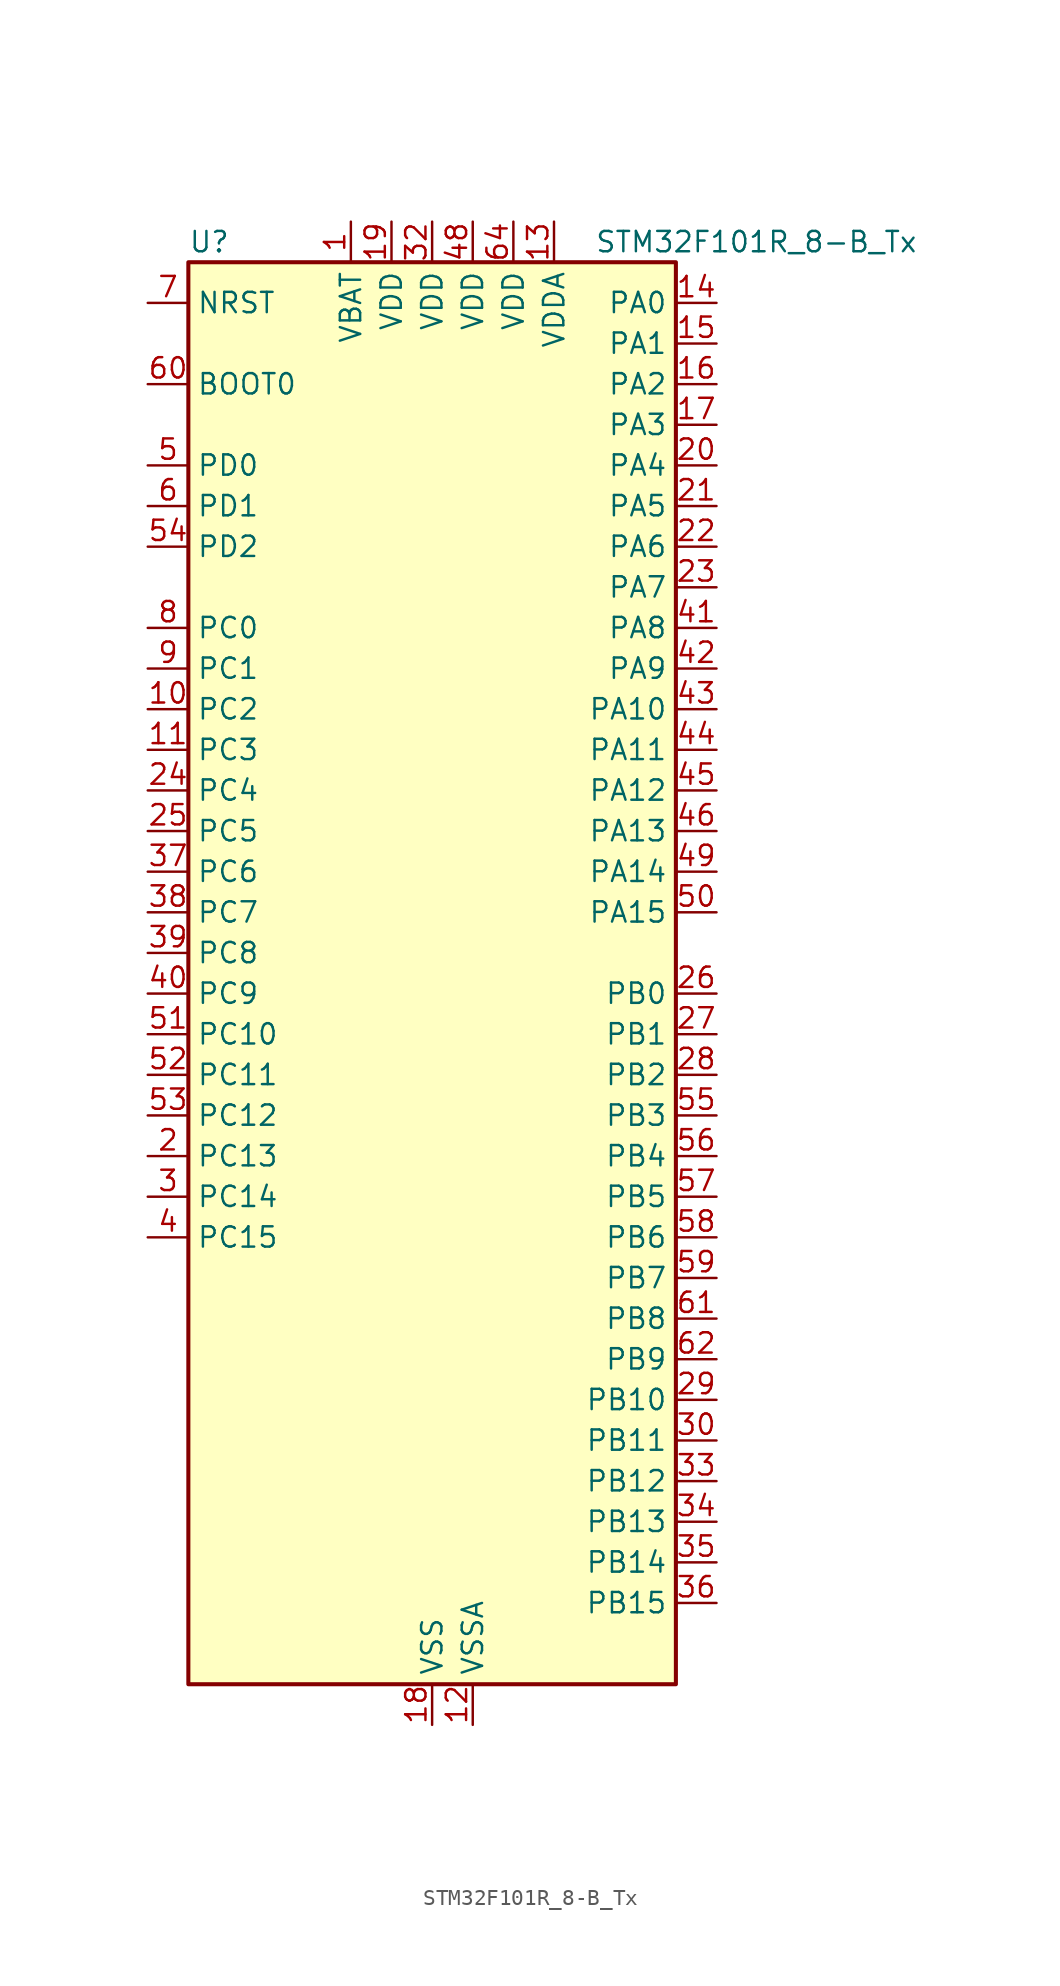
<source format=kicad_sym>
(kicad_symbol_lib
  (version 20220914)
  (generator kicad_symbol_editor)
  (symbol "STM32F101R_8-B_Tx"
    (property "Reference" "U"
      (at -15.24 46.99 0)
      (effects (font (size 1.27 1.27)) (justify left)))
    (property "Value" "STM32F101R_8-B_Tx"
      (at 10.16 46.99 0)
      (effects (font (size 1.27 1.27)) (justify left)))
    (property "ki_locked" ""
      (at 0 0 0)
      (effects (font (size 1.27 1.27))))
    (symbol "STM32F101R_8-B_Tx_0_1"
      (rectangle (start -15.24 -43.18) (end 15.24 45.72) (stroke (width 0.254) (type default)) (fill (type background))))
    (symbol "STM32F101R_8-B_Tx_1_1"
      (pin power_in line (at -5.08 48.26 270) (length 2.54) (name "VBAT" (effects (font (size 1.27 1.27)))) (number "1" (effects (font (size 1.27 1.27)))))
      (pin bidirectional line (at -17.78 17.78 0) (length 2.54) (name "PC2" (effects (font (size 1.27 1.27)))) (number "10" (effects (font (size 1.27 1.27)))) (alternate "ADC1_IN12" bidirectional line))
      (pin bidirectional line (at -17.78 15.24 0) (length 2.54) (name "PC3" (effects (font (size 1.27 1.27)))) (number "11" (effects (font (size 1.27 1.27)))) (alternate "ADC1_IN13" bidirectional line))
      (pin power_in line (at 2.54 -45.72 90) (length 2.54) (name "VSSA" (effects (font (size 1.27 1.27)))) (number "12" (effects (font (size 1.27 1.27)))))
      (pin power_in line (at 7.62 48.26 270) (length 2.54) (name "VDDA" (effects (font (size 1.27 1.27)))) (number "13" (effects (font (size 1.27 1.27)))))
      (pin bidirectional line (at 17.78 43.18 180) (length 2.54) (name "PA0" (effects (font (size 1.27 1.27)))) (number "14" (effects (font (size 1.27 1.27)))) (alternate "ADC1_IN0" bidirectional line) (alternate "SYS_WKUP" bidirectional line) (alternate "TIM2_CH1" bidirectional line) (alternate "TIM2_ETR" bidirectional line) (alternate "USART2_CTS" bidirectional line))
      (pin bidirectional line (at 17.78 40.64 180) (length 2.54) (name "PA1" (effects (font (size 1.27 1.27)))) (number "15" (effects (font (size 1.27 1.27)))) (alternate "ADC1_IN1" bidirectional line) (alternate "TIM2_CH2" bidirectional line) (alternate "USART2_RTS" bidirectional line))
      (pin bidirectional line (at 17.78 38.1 180) (length 2.54) (name "PA2" (effects (font (size 1.27 1.27)))) (number "16" (effects (font (size 1.27 1.27)))) (alternate "ADC1_IN2" bidirectional line) (alternate "TIM2_CH3" bidirectional line) (alternate "USART2_TX" bidirectional line))
      (pin bidirectional line (at 17.78 35.56 180) (length 2.54) (name "PA3" (effects (font (size 1.27 1.27)))) (number "17" (effects (font (size 1.27 1.27)))) (alternate "ADC1_IN3" bidirectional line) (alternate "TIM2_CH4" bidirectional line) (alternate "USART2_RX" bidirectional line))
      (pin power_in line (at 0 -45.72 90) (length 2.54) (name "VSS" (effects (font (size 1.27 1.27)))) (number "18" (effects (font (size 1.27 1.27)))))
      (pin power_in line (at -2.54 48.26 270) (length 2.54) (name "VDD" (effects (font (size 1.27 1.27)))) (number "19" (effects (font (size 1.27 1.27)))))
      (pin bidirectional line (at -17.78 -10.16 0) (length 2.54) (name "PC13" (effects (font (size 1.27 1.27)))) (number "2" (effects (font (size 1.27 1.27)))) (alternate "RTC_OUT" bidirectional line) (alternate "RTC_TAMPER" bidirectional line))
      (pin bidirectional line (at 17.78 33.02 180) (length 2.54) (name "PA4" (effects (font (size 1.27 1.27)))) (number "20" (effects (font (size 1.27 1.27)))) (alternate "ADC1_IN4" bidirectional line) (alternate "SPI1_NSS" bidirectional line) (alternate "USART2_CK" bidirectional line))
      (pin bidirectional line (at 17.78 30.48 180) (length 2.54) (name "PA5" (effects (font (size 1.27 1.27)))) (number "21" (effects (font (size 1.27 1.27)))) (alternate "ADC1_IN5" bidirectional line) (alternate "SPI1_SCK" bidirectional line))
      (pin bidirectional line (at 17.78 27.94 180) (length 2.54) (name "PA6" (effects (font (size 1.27 1.27)))) (number "22" (effects (font (size 1.27 1.27)))) (alternate "ADC1_IN6" bidirectional line) (alternate "SPI1_MISO" bidirectional line) (alternate "TIM3_CH1" bidirectional line))
      (pin bidirectional line (at 17.78 25.4 180) (length 2.54) (name "PA7" (effects (font (size 1.27 1.27)))) (number "23" (effects (font (size 1.27 1.27)))) (alternate "ADC1_IN7" bidirectional line) (alternate "SPI1_MOSI" bidirectional line) (alternate "TIM3_CH2" bidirectional line))
      (pin bidirectional line (at -17.78 12.7 0) (length 2.54) (name "PC4" (effects (font (size 1.27 1.27)))) (number "24" (effects (font (size 1.27 1.27)))) (alternate "ADC1_IN14" bidirectional line))
      (pin bidirectional line (at -17.78 10.16 0) (length 2.54) (name "PC5" (effects (font (size 1.27 1.27)))) (number "25" (effects (font (size 1.27 1.27)))) (alternate "ADC1_IN15" bidirectional line))
      (pin bidirectional line (at 17.78 0 180) (length 2.54) (name "PB0" (effects (font (size 1.27 1.27)))) (number "26" (effects (font (size 1.27 1.27)))) (alternate "ADC1_IN8" bidirectional line) (alternate "TIM3_CH3" bidirectional line))
      (pin bidirectional line (at 17.78 -2.54 180) (length 2.54) (name "PB1" (effects (font (size 1.27 1.27)))) (number "27" (effects (font (size 1.27 1.27)))) (alternate "ADC1_IN9" bidirectional line) (alternate "TIM3_CH4" bidirectional line))
      (pin bidirectional line (at 17.78 -5.08 180) (length 2.54) (name "PB2" (effects (font (size 1.27 1.27)))) (number "28" (effects (font (size 1.27 1.27)))))
      (pin bidirectional line (at 17.78 -25.4 180) (length 2.54) (name "PB10" (effects (font (size 1.27 1.27)))) (number "29" (effects (font (size 1.27 1.27)))) (alternate "I2C2_SCL" bidirectional line) (alternate "TIM2_CH3" bidirectional line) (alternate "USART3_TX" bidirectional line))
      (pin bidirectional line (at -17.78 -12.7 0) (length 2.54) (name "PC14" (effects (font (size 1.27 1.27)))) (number "3" (effects (font (size 1.27 1.27)))) (alternate "RCC_OSC32_IN" bidirectional line))
      (pin bidirectional line (at 17.78 -27.94 180) (length 2.54) (name "PB11" (effects (font (size 1.27 1.27)))) (number "30" (effects (font (size 1.27 1.27)))) (alternate "ADC1_EXTI11" bidirectional line) (alternate "I2C2_SDA" bidirectional line) (alternate "TIM2_CH4" bidirectional line) (alternate "USART3_RX" bidirectional line))
      (pin passive line (at 0 -45.72 90) (length 2.54) hide (name "VSS" (effects (font (size 1.27 1.27)))) (number "31" (effects (font (size 1.27 1.27)))))
      (pin power_in line (at 0 48.26 270) (length 2.54) (name "VDD" (effects (font (size 1.27 1.27)))) (number "32" (effects (font (size 1.27 1.27)))))
      (pin bidirectional line (at 17.78 -30.48 180) (length 2.54) (name "PB12" (effects (font (size 1.27 1.27)))) (number "33" (effects (font (size 1.27 1.27)))) (alternate "I2C2_SMBA" bidirectional line) (alternate "SPI2_NSS" bidirectional line) (alternate "USART3_CK" bidirectional line))
      (pin bidirectional line (at 17.78 -33.02 180) (length 2.54) (name "PB13" (effects (font (size 1.27 1.27)))) (number "34" (effects (font (size 1.27 1.27)))) (alternate "SPI2_SCK" bidirectional line) (alternate "USART3_CTS" bidirectional line))
      (pin bidirectional line (at 17.78 -35.56 180) (length 2.54) (name "PB14" (effects (font (size 1.27 1.27)))) (number "35" (effects (font (size 1.27 1.27)))) (alternate "SPI2_MISO" bidirectional line) (alternate "USART3_RTS" bidirectional line))
      (pin bidirectional line (at 17.78 -38.1 180) (length 2.54) (name "PB15" (effects (font (size 1.27 1.27)))) (number "36" (effects (font (size 1.27 1.27)))) (alternate "ADC1_EXTI15" bidirectional line) (alternate "SPI2_MOSI" bidirectional line))
      (pin bidirectional line (at -17.78 7.62 0) (length 2.54) (name "PC6" (effects (font (size 1.27 1.27)))) (number "37" (effects (font (size 1.27 1.27)))) (alternate "TIM3_CH1" bidirectional line))
      (pin bidirectional line (at -17.78 5.08 0) (length 2.54) (name "PC7" (effects (font (size 1.27 1.27)))) (number "38" (effects (font (size 1.27 1.27)))) (alternate "TIM3_CH2" bidirectional line))
      (pin bidirectional line (at -17.78 2.54 0) (length 2.54) (name "PC8" (effects (font (size 1.27 1.27)))) (number "39" (effects (font (size 1.27 1.27)))) (alternate "TIM3_CH3" bidirectional line))
      (pin bidirectional line (at -17.78 -15.24 0) (length 2.54) (name "PC15" (effects (font (size 1.27 1.27)))) (number "4" (effects (font (size 1.27 1.27)))) (alternate "ADC1_EXTI15" bidirectional line) (alternate "RCC_OSC32_OUT" bidirectional line))
      (pin bidirectional line (at -17.78 0 0) (length 2.54) (name "PC9" (effects (font (size 1.27 1.27)))) (number "40" (effects (font (size 1.27 1.27)))) (alternate "TIM3_CH4" bidirectional line))
      (pin bidirectional line (at 17.78 22.86 180) (length 2.54) (name "PA8" (effects (font (size 1.27 1.27)))) (number "41" (effects (font (size 1.27 1.27)))) (alternate "RCC_MCO" bidirectional line) (alternate "USART1_CK" bidirectional line))
      (pin bidirectional line (at 17.78 20.32 180) (length 2.54) (name "PA9" (effects (font (size 1.27 1.27)))) (number "42" (effects (font (size 1.27 1.27)))) (alternate "USART1_TX" bidirectional line))
      (pin bidirectional line (at 17.78 17.78 180) (length 2.54) (name "PA10" (effects (font (size 1.27 1.27)))) (number "43" (effects (font (size 1.27 1.27)))) (alternate "USART1_RX" bidirectional line))
      (pin bidirectional line (at 17.78 15.24 180) (length 2.54) (name "PA11" (effects (font (size 1.27 1.27)))) (number "44" (effects (font (size 1.27 1.27)))) (alternate "ADC1_EXTI11" bidirectional line) (alternate "USART1_CTS" bidirectional line))
      (pin bidirectional line (at 17.78 12.7 180) (length 2.54) (name "PA12" (effects (font (size 1.27 1.27)))) (number "45" (effects (font (size 1.27 1.27)))) (alternate "USART1_RTS" bidirectional line))
      (pin bidirectional line (at 17.78 10.16 180) (length 2.54) (name "PA13" (effects (font (size 1.27 1.27)))) (number "46" (effects (font (size 1.27 1.27)))) (alternate "SYS_JTMS-SWDIO" bidirectional line))
      (pin passive line (at 0 -45.72 90) (length 2.54) hide (name "VSS" (effects (font (size 1.27 1.27)))) (number "47" (effects (font (size 1.27 1.27)))))
      (pin power_in line (at 2.54 48.26 270) (length 2.54) (name "VDD" (effects (font (size 1.27 1.27)))) (number "48" (effects (font (size 1.27 1.27)))))
      (pin bidirectional line (at 17.78 7.62 180) (length 2.54) (name "PA14" (effects (font (size 1.27 1.27)))) (number "49" (effects (font (size 1.27 1.27)))) (alternate "SYS_JTCK-SWCLK" bidirectional line))
      (pin bidirectional line (at -17.78 33.02 0) (length 2.54) (name "PD0" (effects (font (size 1.27 1.27)))) (number "5" (effects (font (size 1.27 1.27)))) (alternate "RCC_OSC_IN" bidirectional line))
      (pin bidirectional line (at 17.78 5.08 180) (length 2.54) (name "PA15" (effects (font (size 1.27 1.27)))) (number "50" (effects (font (size 1.27 1.27)))) (alternate "ADC1_EXTI15" bidirectional line) (alternate "SPI1_NSS" bidirectional line) (alternate "SYS_JTDI" bidirectional line) (alternate "TIM2_CH1" bidirectional line) (alternate "TIM2_ETR" bidirectional line))
      (pin bidirectional line (at -17.78 -2.54 0) (length 2.54) (name "PC10" (effects (font (size 1.27 1.27)))) (number "51" (effects (font (size 1.27 1.27)))) (alternate "USART3_TX" bidirectional line))
      (pin bidirectional line (at -17.78 -5.08 0) (length 2.54) (name "PC11" (effects (font (size 1.27 1.27)))) (number "52" (effects (font (size 1.27 1.27)))) (alternate "ADC1_EXTI11" bidirectional line) (alternate "USART3_RX" bidirectional line))
      (pin bidirectional line (at -17.78 -7.62 0) (length 2.54) (name "PC12" (effects (font (size 1.27 1.27)))) (number "53" (effects (font (size 1.27 1.27)))) (alternate "USART3_CK" bidirectional line))
      (pin bidirectional line (at -17.78 27.94 0) (length 2.54) (name "PD2" (effects (font (size 1.27 1.27)))) (number "54" (effects (font (size 1.27 1.27)))) (alternate "TIM3_ETR" bidirectional line))
      (pin bidirectional line (at 17.78 -7.62 180) (length 2.54) (name "PB3" (effects (font (size 1.27 1.27)))) (number "55" (effects (font (size 1.27 1.27)))) (alternate "SPI1_SCK" bidirectional line) (alternate "SYS_JTDO-TRACESWO" bidirectional line) (alternate "TIM2_CH2" bidirectional line))
      (pin bidirectional line (at 17.78 -10.16 180) (length 2.54) (name "PB4" (effects (font (size 1.27 1.27)))) (number "56" (effects (font (size 1.27 1.27)))) (alternate "SPI1_MISO" bidirectional line) (alternate "SYS_NJTRST" bidirectional line) (alternate "TIM3_CH1" bidirectional line))
      (pin bidirectional line (at 17.78 -12.7 180) (length 2.54) (name "PB5" (effects (font (size 1.27 1.27)))) (number "57" (effects (font (size 1.27 1.27)))) (alternate "I2C1_SMBA" bidirectional line) (alternate "SPI1_MOSI" bidirectional line) (alternate "TIM3_CH2" bidirectional line))
      (pin bidirectional line (at 17.78 -15.24 180) (length 2.54) (name "PB6" (effects (font (size 1.27 1.27)))) (number "58" (effects (font (size 1.27 1.27)))) (alternate "I2C1_SCL" bidirectional line) (alternate "TIM4_CH1" bidirectional line) (alternate "USART1_TX" bidirectional line))
      (pin bidirectional line (at 17.78 -17.78 180) (length 2.54) (name "PB7" (effects (font (size 1.27 1.27)))) (number "59" (effects (font (size 1.27 1.27)))) (alternate "I2C1_SDA" bidirectional line) (alternate "TIM4_CH2" bidirectional line) (alternate "USART1_RX" bidirectional line))
      (pin bidirectional line (at -17.78 30.48 0) (length 2.54) (name "PD1" (effects (font (size 1.27 1.27)))) (number "6" (effects (font (size 1.27 1.27)))) (alternate "RCC_OSC_OUT" bidirectional line))
      (pin input line (at -17.78 38.1 0) (length 2.54) (name "BOOT0" (effects (font (size 1.27 1.27)))) (number "60" (effects (font (size 1.27 1.27)))))
      (pin bidirectional line (at 17.78 -20.32 180) (length 2.54) (name "PB8" (effects (font (size 1.27 1.27)))) (number "61" (effects (font (size 1.27 1.27)))) (alternate "I2C1_SCL" bidirectional line) (alternate "TIM4_CH3" bidirectional line))
      (pin bidirectional line (at 17.78 -22.86 180) (length 2.54) (name "PB9" (effects (font (size 1.27 1.27)))) (number "62" (effects (font (size 1.27 1.27)))) (alternate "I2C1_SDA" bidirectional line) (alternate "TIM4_CH4" bidirectional line))
      (pin passive line (at 0 -45.72 90) (length 2.54) hide (name "VSS" (effects (font (size 1.27 1.27)))) (number "63" (effects (font (size 1.27 1.27)))))
      (pin power_in line (at 5.08 48.26 270) (length 2.54) (name "VDD" (effects (font (size 1.27 1.27)))) (number "64" (effects (font (size 1.27 1.27)))))
      (pin input line (at -17.78 43.18 0) (length 2.54) (name "NRST" (effects (font (size 1.27 1.27)))) (number "7" (effects (font (size 1.27 1.27)))))
      (pin bidirectional line (at -17.78 22.86 0) (length 2.54) (name "PC0" (effects (font (size 1.27 1.27)))) (number "8" (effects (font (size 1.27 1.27)))) (alternate "ADC1_IN10" bidirectional line))
      (pin bidirectional line (at -17.78 20.32 0) (length 2.54) (name "PC1" (effects (font (size 1.27 1.27)))) (number "9" (effects (font (size 1.27 1.27)))) (alternate "ADC1_IN11" bidirectional line)))))
</source>
